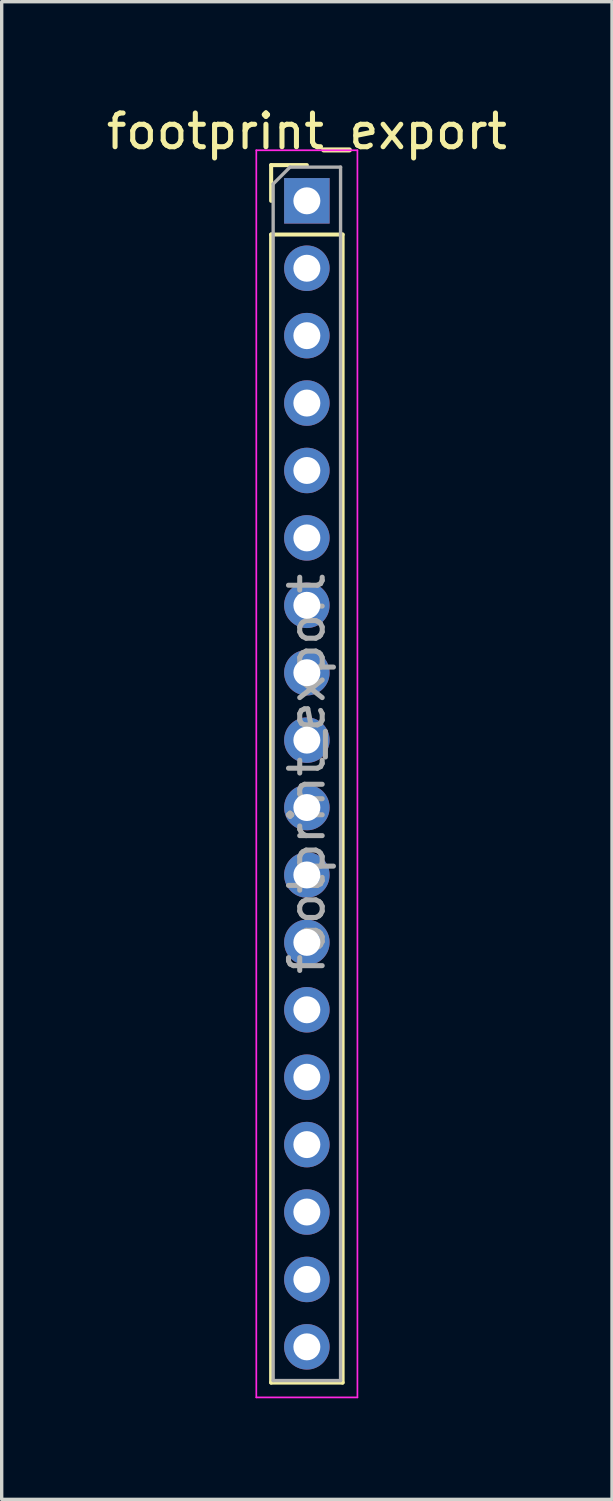
<source format=kicad_pcb>
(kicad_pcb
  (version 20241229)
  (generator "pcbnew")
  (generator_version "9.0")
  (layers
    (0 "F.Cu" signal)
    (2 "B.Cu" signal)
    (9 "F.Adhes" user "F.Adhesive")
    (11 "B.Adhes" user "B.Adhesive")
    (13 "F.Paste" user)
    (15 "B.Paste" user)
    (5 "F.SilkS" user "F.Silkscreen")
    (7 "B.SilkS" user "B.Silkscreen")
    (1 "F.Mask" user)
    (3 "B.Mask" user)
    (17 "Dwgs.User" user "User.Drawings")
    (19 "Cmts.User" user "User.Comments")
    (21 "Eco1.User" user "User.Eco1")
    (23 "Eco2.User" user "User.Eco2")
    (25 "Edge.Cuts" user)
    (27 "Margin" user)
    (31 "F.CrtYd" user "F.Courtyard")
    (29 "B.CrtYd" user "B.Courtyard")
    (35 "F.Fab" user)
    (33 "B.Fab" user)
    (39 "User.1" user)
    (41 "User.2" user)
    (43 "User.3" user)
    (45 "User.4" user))
  (footprint "footprint_export"
    (layer "F.Cu")
    (at 6.054 2.908)
    (property "Reference" "footprint_export" (at 0 -2.06 0) (layer "F.SilkS") (effects (font (size 1 1) (thickness 0.15))))
    (attr through_hole)
    (fp_line (start -1.06 -1.06) (end 0 -1.06) (stroke (width 0.12) (type solid)) (layer "F.SilkS"))
    (fp_line (start -1.06 0) (end -1.06 -1.06) (stroke (width 0.12) (type solid)) (layer "F.SilkS"))
    (fp_line (start -1.06 1) (end -1.06 35.06) (stroke (width 0.12) (type solid)) (layer "F.SilkS"))
    (fp_line (start -1.06 1) (end 1.06 1) (stroke (width 0.12) (type solid)) (layer "F.SilkS"))
    (fp_line (start -1.06 35.06) (end 1.06 35.06) (stroke (width 0.12) (type solid)) (layer "F.SilkS"))
    (fp_line (start 1.06 1) (end 1.06 35.06) (stroke (width 0.12) (type solid)) (layer "F.SilkS"))
    (fp_line (start -1.5 -1.5) (end -1.5 35.5) (stroke (width 0.05) (type solid)) (layer "F.CrtYd"))
    (fp_line (start -1.5 35.5) (end 1.5 35.5) (stroke (width 0.05) (type solid)) (layer "F.CrtYd"))
    (fp_line (start 1.5 -1.5) (end -1.5 -1.5) (stroke (width 0.05) (type solid)) (layer "F.CrtYd"))
    (fp_line (start 1.5 35.5) (end 1.5 -1.5) (stroke (width 0.05) (type solid)) (layer "F.CrtYd"))
    (fp_line (start -1 -0.5) (end -0.5 -1) (stroke (width 0.1) (type solid)) (layer "F.Fab"))
    (fp_line (start -1 35) (end -1 -0.5) (stroke (width 0.1) (type solid)) (layer "F.Fab"))
    (fp_line (start -0.5 -1) (end 1 -1) (stroke (width 0.1) (type solid)) (layer "F.Fab"))
    (fp_line (start 1 -1) (end 1 35) (stroke (width 0.1) (type solid)) (layer "F.Fab"))
    (fp_line (start 1 35) (end -1 35) (stroke (width 0.1) (type solid)) (layer "F.Fab"))
    (fp_text user "${REFERENCE}" (at 0 17 90) (layer "F.Fab") (effects (font (size 1 1) (thickness 0.15))))
    (pad "1" thru_hole rect (at 0 0) (size 1.35 1.35) (drill 0.8) (layers "*.Cu" "*.Mask"))
    (pad "2" thru_hole oval (at 0 2) (size 1.35 1.35) (drill 0.8) (layers "*.Cu" "*.Mask"))
    (pad "3" thru_hole oval (at 0 4) (size 1.35 1.35) (drill 0.8) (layers "*.Cu" "*.Mask"))
    (pad "4" thru_hole oval (at 0 6) (size 1.35 1.35) (drill 0.8) (layers "*.Cu" "*.Mask"))
    (pad "5" thru_hole oval (at 0 8) (size 1.35 1.35) (drill 0.8) (layers "*.Cu" "*.Mask"))
    (pad "6" thru_hole oval (at 0 10) (size 1.35 1.35) (drill 0.8) (layers "*.Cu" "*.Mask"))
    (pad "7" thru_hole oval (at 0 12) (size 1.35 1.35) (drill 0.8) (layers "*.Cu" "*.Mask"))
    (pad "8" thru_hole oval (at 0 14) (size 1.35 1.35) (drill 0.8) (layers "*.Cu" "*.Mask"))
    (pad "9" thru_hole oval (at 0 16) (size 1.35 1.35) (drill 0.8) (layers "*.Cu" "*.Mask"))
    (pad "10" thru_hole oval (at 0 18) (size 1.35 1.35) (drill 0.8) (layers "*.Cu" "*.Mask"))
    (pad "11" thru_hole oval (at 0 20) (size 1.35 1.35) (drill 0.8) (layers "*.Cu" "*.Mask"))
    (pad "12" thru_hole oval (at 0 22) (size 1.35 1.35) (drill 0.8) (layers "*.Cu" "*.Mask"))
    (pad "13" thru_hole oval (at 0 24) (size 1.35 1.35) (drill 0.8) (layers "*.Cu" "*.Mask"))
    (pad "14" thru_hole oval (at 0 26) (size 1.35 1.35) (drill 0.8) (layers "*.Cu" "*.Mask"))
    (pad "15" thru_hole oval (at 0 28) (size 1.35 1.35) (drill 0.8) (layers "*.Cu" "*.Mask"))
    (pad "16" thru_hole oval (at 0 30) (size 1.35 1.35) (drill 0.8) (layers "*.Cu" "*.Mask"))
    (pad "17" thru_hole oval (at 0 32) (size 1.35 1.35) (drill 0.8) (layers "*.Cu" "*.Mask"))
    (pad "18" thru_hole oval (at 0 34) (size 1.35 1.35) (drill 0.8) (layers "*.Cu" "*.Mask")))
  (gr_rect
    (start -3 -3)
    (end 15.107 41.433)
    (stroke (width 0.1) (type default))
    (fill no)
    (layer "Edge.Cuts")))
</source>
